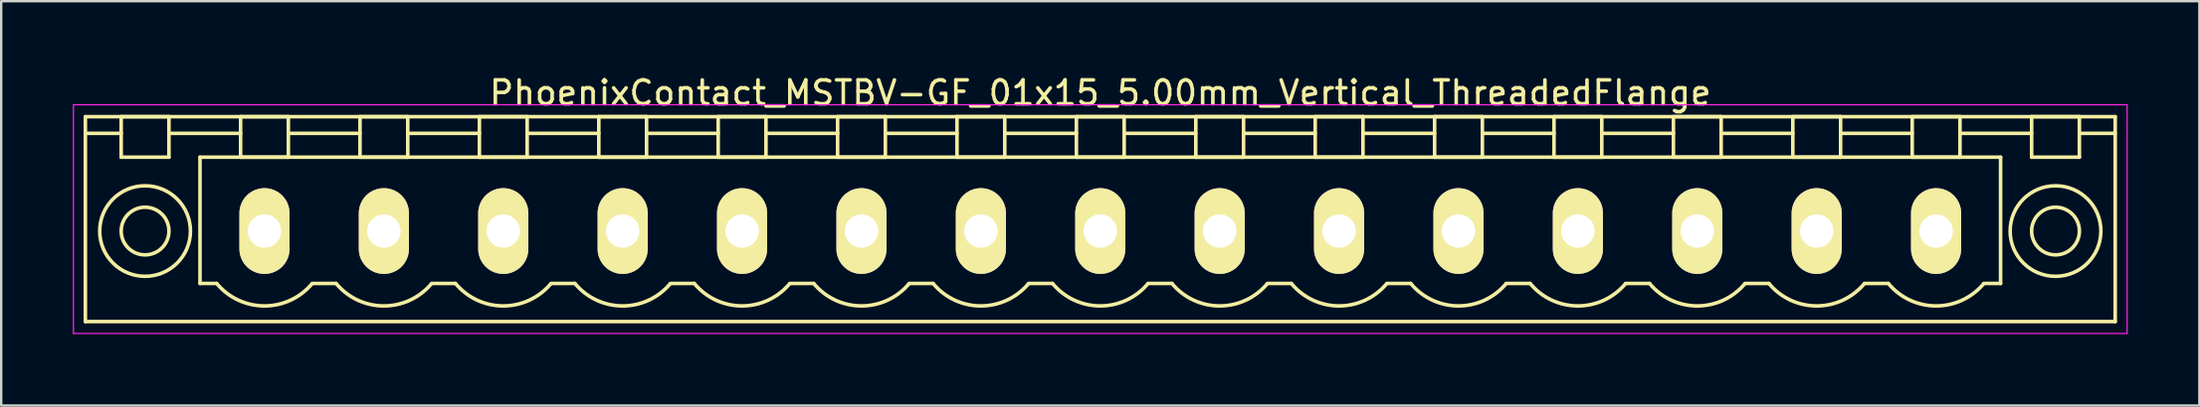
<source format=kicad_pcb>
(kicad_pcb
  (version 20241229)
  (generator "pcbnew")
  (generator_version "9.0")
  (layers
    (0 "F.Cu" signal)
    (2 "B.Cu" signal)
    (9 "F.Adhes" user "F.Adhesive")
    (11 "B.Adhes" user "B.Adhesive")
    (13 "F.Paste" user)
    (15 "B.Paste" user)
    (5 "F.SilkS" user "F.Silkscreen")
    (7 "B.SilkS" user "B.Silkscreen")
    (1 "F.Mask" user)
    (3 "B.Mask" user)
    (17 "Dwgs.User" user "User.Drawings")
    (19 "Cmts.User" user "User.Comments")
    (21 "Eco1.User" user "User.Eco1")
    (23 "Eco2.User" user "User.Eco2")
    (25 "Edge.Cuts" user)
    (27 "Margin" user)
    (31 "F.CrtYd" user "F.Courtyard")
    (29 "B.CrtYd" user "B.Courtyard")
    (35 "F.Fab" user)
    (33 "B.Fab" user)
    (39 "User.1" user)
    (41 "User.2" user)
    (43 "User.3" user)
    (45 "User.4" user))
  (footprint "PhoenixContact_MSTBV-GF_01x15_5.00mm_Vertical_ThreadedFlange"
    (layer "F.Cu")
    (at 8.025 6.648)
    (property "Reference" "PhoenixContact_MSTBV-GF_01x15_5.00mm_Vertical_ThreadedFlange" (at 35 -5.8 0) (layer "F.SilkS") (effects (font (size 1 1) (thickness 0.15))))
    (attr through_hole)
    (fp_line (start -7.5 -4.8) (end -7.5 3.8) (stroke (width 0.15) (type solid)) (layer "F.SilkS"))
    (fp_line (start -7.5 -4.1) (end -6 -4.1) (stroke (width 0.15) (type solid)) (layer "F.SilkS"))
    (fp_line (start -7.5 3.8) (end 77.5 3.8) (stroke (width 0.15) (type solid)) (layer "F.SilkS"))
    (fp_line (start -6 -4.8) (end -4 -4.8) (stroke (width 0.15) (type solid)) (layer "F.SilkS"))
    (fp_line (start -6 -3.1) (end -6 -4.8) (stroke (width 0.15) (type solid)) (layer "F.SilkS"))
    (fp_line (start -4 -4.8) (end -4 -3.1) (stroke (width 0.15) (type solid)) (layer "F.SilkS"))
    (fp_line (start -4 -4.1) (end -1 -4.1) (stroke (width 0.15) (type solid)) (layer "F.SilkS"))
    (fp_line (start -4 -3.1) (end -6 -3.1) (stroke (width 0.15) (type solid)) (layer "F.SilkS"))
    (fp_line (start -2.7 -3.1) (end 72.7 -3.1) (stroke (width 0.15) (type solid)) (layer "F.SilkS"))
    (fp_line (start -2.7 2.2) (end -2.7 -3.1) (stroke (width 0.15) (type solid)) (layer "F.SilkS"))
    (fp_line (start -2 2.2) (end -2.7 2.2) (stroke (width 0.15) (type solid)) (layer "F.SilkS"))
    (fp_line (start -1 -4.8) (end 1 -4.8) (stroke (width 0.15) (type solid)) (layer "F.SilkS"))
    (fp_line (start -1 -3.1) (end -1 -4.8) (stroke (width 0.15) (type solid)) (layer "F.SilkS"))
    (fp_line (start 1 -4.8) (end 1 -3.1) (stroke (width 0.15) (type solid)) (layer "F.SilkS"))
    (fp_line (start 1 -4.1) (end 4 -4.1) (stroke (width 0.15) (type solid)) (layer "F.SilkS"))
    (fp_line (start 1 -3.1) (end -1 -3.1) (stroke (width 0.15) (type solid)) (layer "F.SilkS"))
    (fp_line (start 2 2.2) (end 3 2.2) (stroke (width 0.15) (type solid)) (layer "F.SilkS"))
    (fp_line (start 4 -4.8) (end 6 -4.8) (stroke (width 0.15) (type solid)) (layer "F.SilkS"))
    (fp_line (start 4 -3.1) (end 4 -4.8) (stroke (width 0.15) (type solid)) (layer "F.SilkS"))
    (fp_line (start 6 -4.8) (end 6 -3.1) (stroke (width 0.15) (type solid)) (layer "F.SilkS"))
    (fp_line (start 6 -4.1) (end 9 -4.1) (stroke (width 0.15) (type solid)) (layer "F.SilkS"))
    (fp_line (start 6 -3.1) (end 4 -3.1) (stroke (width 0.15) (type solid)) (layer "F.SilkS"))
    (fp_line (start 7 2.2) (end 8 2.2) (stroke (width 0.15) (type solid)) (layer "F.SilkS"))
    (fp_line (start 9 -4.8) (end 11 -4.8) (stroke (width 0.15) (type solid)) (layer "F.SilkS"))
    (fp_line (start 9 -3.1) (end 9 -4.8) (stroke (width 0.15) (type solid)) (layer "F.SilkS"))
    (fp_line (start 11 -4.8) (end 11 -3.1) (stroke (width 0.15) (type solid)) (layer "F.SilkS"))
    (fp_line (start 11 -4.1) (end 14 -4.1) (stroke (width 0.15) (type solid)) (layer "F.SilkS"))
    (fp_line (start 11 -3.1) (end 9 -3.1) (stroke (width 0.15) (type solid)) (layer "F.SilkS"))
    (fp_line (start 12 2.2) (end 13 2.2) (stroke (width 0.15) (type solid)) (layer "F.SilkS"))
    (fp_line (start 14 -4.8) (end 16 -4.8) (stroke (width 0.15) (type solid)) (layer "F.SilkS"))
    (fp_line (start 14 -3.1) (end 14 -4.8) (stroke (width 0.15) (type solid)) (layer "F.SilkS"))
    (fp_line (start 16 -4.8) (end 16 -3.1) (stroke (width 0.15) (type solid)) (layer "F.SilkS"))
    (fp_line (start 16 -4.1) (end 19 -4.1) (stroke (width 0.15) (type solid)) (layer "F.SilkS"))
    (fp_line (start 16 -3.1) (end 14 -3.1) (stroke (width 0.15) (type solid)) (layer "F.SilkS"))
    (fp_line (start 17 2.2) (end 18 2.2) (stroke (width 0.15) (type solid)) (layer "F.SilkS"))
    (fp_line (start 19 -4.8) (end 21 -4.8) (stroke (width 0.15) (type solid)) (layer "F.SilkS"))
    (fp_line (start 19 -3.1) (end 19 -4.8) (stroke (width 0.15) (type solid)) (layer "F.SilkS"))
    (fp_line (start 21 -4.8) (end 21 -3.1) (stroke (width 0.15) (type solid)) (layer "F.SilkS"))
    (fp_line (start 21 -4.1) (end 24 -4.1) (stroke (width 0.15) (type solid)) (layer "F.SilkS"))
    (fp_line (start 21 -3.1) (end 19 -3.1) (stroke (width 0.15) (type solid)) (layer "F.SilkS"))
    (fp_line (start 22 2.2) (end 23 2.2) (stroke (width 0.15) (type solid)) (layer "F.SilkS"))
    (fp_line (start 24 -4.8) (end 26 -4.8) (stroke (width 0.15) (type solid)) (layer "F.SilkS"))
    (fp_line (start 24 -3.1) (end 24 -4.8) (stroke (width 0.15) (type solid)) (layer "F.SilkS"))
    (fp_line (start 26 -4.8) (end 26 -3.1) (stroke (width 0.15) (type solid)) (layer "F.SilkS"))
    (fp_line (start 26 -4.1) (end 29 -4.1) (stroke (width 0.15) (type solid)) (layer "F.SilkS"))
    (fp_line (start 26 -3.1) (end 24 -3.1) (stroke (width 0.15) (type solid)) (layer "F.SilkS"))
    (fp_line (start 27 2.2) (end 28 2.2) (stroke (width 0.15) (type solid)) (layer "F.SilkS"))
    (fp_line (start 29 -4.8) (end 31 -4.8) (stroke (width 0.15) (type solid)) (layer "F.SilkS"))
    (fp_line (start 29 -3.1) (end 29 -4.8) (stroke (width 0.15) (type solid)) (layer "F.SilkS"))
    (fp_line (start 31 -4.8) (end 31 -3.1) (stroke (width 0.15) (type solid)) (layer "F.SilkS"))
    (fp_line (start 31 -4.1) (end 34 -4.1) (stroke (width 0.15) (type solid)) (layer "F.SilkS"))
    (fp_line (start 31 -3.1) (end 29 -3.1) (stroke (width 0.15) (type solid)) (layer "F.SilkS"))
    (fp_line (start 32 2.2) (end 33 2.2) (stroke (width 0.15) (type solid)) (layer "F.SilkS"))
    (fp_line (start 34 -4.8) (end 36 -4.8) (stroke (width 0.15) (type solid)) (layer "F.SilkS"))
    (fp_line (start 34 -3.1) (end 34 -4.8) (stroke (width 0.15) (type solid)) (layer "F.SilkS"))
    (fp_line (start 36 -4.8) (end 36 -3.1) (stroke (width 0.15) (type solid)) (layer "F.SilkS"))
    (fp_line (start 36 -4.1) (end 39 -4.1) (stroke (width 0.15) (type solid)) (layer "F.SilkS"))
    (fp_line (start 36 -3.1) (end 34 -3.1) (stroke (width 0.15) (type solid)) (layer "F.SilkS"))
    (fp_line (start 37 2.2) (end 38 2.2) (stroke (width 0.15) (type solid)) (layer "F.SilkS"))
    (fp_line (start 39 -4.8) (end 41 -4.8) (stroke (width 0.15) (type solid)) (layer "F.SilkS"))
    (fp_line (start 39 -3.1) (end 39 -4.8) (stroke (width 0.15) (type solid)) (layer "F.SilkS"))
    (fp_line (start 41 -4.8) (end 41 -3.1) (stroke (width 0.15) (type solid)) (layer "F.SilkS"))
    (fp_line (start 41 -4.1) (end 44 -4.1) (stroke (width 0.15) (type solid)) (layer "F.SilkS"))
    (fp_line (start 41 -3.1) (end 39 -3.1) (stroke (width 0.15) (type solid)) (layer "F.SilkS"))
    (fp_line (start 42 2.2) (end 43 2.2) (stroke (width 0.15) (type solid)) (layer "F.SilkS"))
    (fp_line (start 44 -4.8) (end 46 -4.8) (stroke (width 0.15) (type solid)) (layer "F.SilkS"))
    (fp_line (start 44 -3.1) (end 44 -4.8) (stroke (width 0.15) (type solid)) (layer "F.SilkS"))
    (fp_line (start 46 -4.8) (end 46 -3.1) (stroke (width 0.15) (type solid)) (layer "F.SilkS"))
    (fp_line (start 46 -4.1) (end 49 -4.1) (stroke (width 0.15) (type solid)) (layer "F.SilkS"))
    (fp_line (start 46 -3.1) (end 44 -3.1) (stroke (width 0.15) (type solid)) (layer "F.SilkS"))
    (fp_line (start 47 2.2) (end 48 2.2) (stroke (width 0.15) (type solid)) (layer "F.SilkS"))
    (fp_line (start 49 -4.8) (end 51 -4.8) (stroke (width 0.15) (type solid)) (layer "F.SilkS"))
    (fp_line (start 49 -3.1) (end 49 -4.8) (stroke (width 0.15) (type solid)) (layer "F.SilkS"))
    (fp_line (start 51 -4.8) (end 51 -3.1) (stroke (width 0.15) (type solid)) (layer "F.SilkS"))
    (fp_line (start 51 -4.1) (end 54 -4.1) (stroke (width 0.15) (type solid)) (layer "F.SilkS"))
    (fp_line (start 51 -3.1) (end 49 -3.1) (stroke (width 0.15) (type solid)) (layer "F.SilkS"))
    (fp_line (start 52 2.2) (end 53 2.2) (stroke (width 0.15) (type solid)) (layer "F.SilkS"))
    (fp_line (start 54 -4.8) (end 56 -4.8) (stroke (width 0.15) (type solid)) (layer "F.SilkS"))
    (fp_line (start 54 -3.1) (end 54 -4.8) (stroke (width 0.15) (type solid)) (layer "F.SilkS"))
    (fp_line (start 56 -4.8) (end 56 -3.1) (stroke (width 0.15) (type solid)) (layer "F.SilkS"))
    (fp_line (start 56 -4.1) (end 59 -4.1) (stroke (width 0.15) (type solid)) (layer "F.SilkS"))
    (fp_line (start 56 -3.1) (end 54 -3.1) (stroke (width 0.15) (type solid)) (layer "F.SilkS"))
    (fp_line (start 57 2.2) (end 58 2.2) (stroke (width 0.15) (type solid)) (layer "F.SilkS"))
    (fp_line (start 59 -4.8) (end 61 -4.8) (stroke (width 0.15) (type solid)) (layer "F.SilkS"))
    (fp_line (start 59 -3.1) (end 59 -4.8) (stroke (width 0.15) (type solid)) (layer "F.SilkS"))
    (fp_line (start 61 -4.8) (end 61 -3.1) (stroke (width 0.15) (type solid)) (layer "F.SilkS"))
    (fp_line (start 61 -4.1) (end 64 -4.1) (stroke (width 0.15) (type solid)) (layer "F.SilkS"))
    (fp_line (start 61 -3.1) (end 59 -3.1) (stroke (width 0.15) (type solid)) (layer "F.SilkS"))
    (fp_line (start 62 2.2) (end 63 2.2) (stroke (width 0.15) (type solid)) (layer "F.SilkS"))
    (fp_line (start 64 -4.8) (end 66 -4.8) (stroke (width 0.15) (type solid)) (layer "F.SilkS"))
    (fp_line (start 64 -3.1) (end 64 -4.8) (stroke (width 0.15) (type solid)) (layer "F.SilkS"))
    (fp_line (start 66 -4.8) (end 66 -3.1) (stroke (width 0.15) (type solid)) (layer "F.SilkS"))
    (fp_line (start 66 -4.1) (end 69 -4.1) (stroke (width 0.15) (type solid)) (layer "F.SilkS"))
    (fp_line (start 66 -3.1) (end 64 -3.1) (stroke (width 0.15) (type solid)) (layer "F.SilkS"))
    (fp_line (start 67 2.2) (end 68 2.2) (stroke (width 0.15) (type solid)) (layer "F.SilkS"))
    (fp_line (start 69 -4.8) (end 71 -4.8) (stroke (width 0.15) (type solid)) (layer "F.SilkS"))
    (fp_line (start 69 -3.1) (end 69 -4.8) (stroke (width 0.15) (type solid)) (layer "F.SilkS"))
    (fp_line (start 71 -4.8) (end 71 -3.1) (stroke (width 0.15) (type solid)) (layer "F.SilkS"))
    (fp_line (start 71 -4.1) (end 74 -4.1) (stroke (width 0.15) (type solid)) (layer "F.SilkS"))
    (fp_line (start 71 -3.1) (end 69 -3.1) (stroke (width 0.15) (type solid)) (layer "F.SilkS"))
    (fp_line (start 72.7 -3.1) (end 72.7 2.2) (stroke (width 0.15) (type solid)) (layer "F.SilkS"))
    (fp_line (start 72.7 2.2) (end 72 2.2) (stroke (width 0.15) (type solid)) (layer "F.SilkS"))
    (fp_line (start 74 -4.8) (end 76 -4.8) (stroke (width 0.15) (type solid)) (layer "F.SilkS"))
    (fp_line (start 74 -3.1) (end 74 -4.8) (stroke (width 0.15) (type solid)) (layer "F.SilkS"))
    (fp_line (start 76 -4.8) (end 76 -3.1) (stroke (width 0.15) (type solid)) (layer "F.SilkS"))
    (fp_line (start 76 -3.1) (end 74 -3.1) (stroke (width 0.15) (type solid)) (layer "F.SilkS"))
    (fp_line (start 77.5 -4.8) (end -7.5 -4.8) (stroke (width 0.15) (type solid)) (layer "F.SilkS"))
    (fp_line (start 77.5 -4.1) (end 76 -4.1) (stroke (width 0.15) (type solid)) (layer "F.SilkS"))
    (fp_line (start 77.5 3.8) (end 77.5 -4.8) (stroke (width 0.15) (type solid)) (layer "F.SilkS"))
    (fp_arc (start 1.986842 2.215821) (mid -0.010289 3.142758) (end -2 2.2) (stroke (width 0.15) (type solid)) (layer "F.SilkS"))
    (fp_arc (start 6.986842 2.215821) (mid 4.989711 3.142758) (end 3 2.2) (stroke (width 0.15) (type solid)) (layer "F.SilkS"))
    (fp_arc (start 11.986842 2.215821) (mid 9.989711 3.142758) (end 8 2.2) (stroke (width 0.15) (type solid)) (layer "F.SilkS"))
    (fp_arc (start 16.986842 2.215821) (mid 14.989711 3.142758) (end 13 2.2) (stroke (width 0.15) (type solid)) (layer "F.SilkS"))
    (fp_arc (start 21.986842 2.215821) (mid 19.989711 3.142758) (end 18 2.2) (stroke (width 0.15) (type solid)) (layer "F.SilkS"))
    (fp_arc (start 26.986842 2.215821) (mid 24.989711 3.142758) (end 23 2.2) (stroke (width 0.15) (type solid)) (layer "F.SilkS"))
    (fp_arc (start 31.986842 2.215821) (mid 29.989711 3.142758) (end 28 2.2) (stroke (width 0.15) (type solid)) (layer "F.SilkS"))
    (fp_arc (start 36.986842 2.215821) (mid 34.989711 3.142758) (end 33 2.2) (stroke (width 0.15) (type solid)) (layer "F.SilkS"))
    (fp_arc (start 41.986842 2.215821) (mid 39.989711 3.142758) (end 38 2.2) (stroke (width 0.15) (type solid)) (layer "F.SilkS"))
    (fp_arc (start 46.986842 2.215821) (mid 44.989711 3.142758) (end 43 2.2) (stroke (width 0.15) (type solid)) (layer "F.SilkS"))
    (fp_arc (start 51.986842 2.215821) (mid 49.989711 3.142758) (end 48 2.2) (stroke (width 0.15) (type solid)) (layer "F.SilkS"))
    (fp_arc (start 56.986842 2.215821) (mid 54.989711 3.142758) (end 53 2.2) (stroke (width 0.15) (type solid)) (layer "F.SilkS"))
    (fp_arc (start 61.986842 2.215821) (mid 59.989711 3.142758) (end 58 2.2) (stroke (width 0.15) (type solid)) (layer "F.SilkS"))
    (fp_arc (start 66.986842 2.215821) (mid 64.989711 3.142758) (end 63 2.2) (stroke (width 0.15) (type solid)) (layer "F.SilkS"))
    (fp_arc (start 71.986842 2.215821) (mid 69.989711 3.142758) (end 68 2.2) (stroke (width 0.15) (type solid)) (layer "F.SilkS"))
    (fp_circle (center -5 0) (end -4 0) (stroke (width 0.15) (type solid)) (fill no) (layer "F.SilkS"))
    (fp_circle (center -5 0) (end -3.1 0) (stroke (width 0.15) (type solid)) (fill no) (layer "F.SilkS"))
    (fp_circle (center 75 0) (end 76 0) (stroke (width 0.15) (type solid)) (fill no) (layer "F.SilkS"))
    (fp_circle (center 75 0) (end 76.9 0) (stroke (width 0.15) (type solid)) (fill no) (layer "F.SilkS"))
    (fp_line (start -8 -5.3) (end -8 4.3) (stroke (width 0.05) (type solid)) (layer "F.CrtYd"))
    (fp_line (start -8 4.3) (end 78 4.3) (stroke (width 0.05) (type solid)) (layer "F.CrtYd"))
    (fp_line (start 78 -5.3) (end -8 -5.3) (stroke (width 0.05) (type solid)) (layer "F.CrtYd"))
    (fp_line (start 78 4.3) (end 78 -5.3) (stroke (width 0.05) (type solid)) (layer "F.CrtYd"))
    (pad "1" thru_hole oval (at 0 0) (size 2.1 3.6) (drill 1.4) (layers "*.Cu" "*.Mask" "F.SilkS"))
    (pad "2" thru_hole oval (at 5 0) (size 2.1 3.6) (drill 1.4) (layers "*.Cu" "*.Mask" "F.SilkS"))
    (pad "3" thru_hole oval (at 10 0) (size 2.1 3.6) (drill 1.4) (layers "*.Cu" "*.Mask" "F.SilkS"))
    (pad "4" thru_hole oval (at 15 0) (size 2.1 3.6) (drill 1.4) (layers "*.Cu" "*.Mask" "F.SilkS"))
    (pad "5" thru_hole oval (at 20 0) (size 2.1 3.6) (drill 1.4) (layers "*.Cu" "*.Mask" "F.SilkS"))
    (pad "6" thru_hole oval (at 25 0) (size 2.1 3.6) (drill 1.4) (layers "*.Cu" "*.Mask" "F.SilkS"))
    (pad "7" thru_hole oval (at 30 0) (size 2.1 3.6) (drill 1.4) (layers "*.Cu" "*.Mask" "F.SilkS"))
    (pad "8" thru_hole oval (at 35 0) (size 2.1 3.6) (drill 1.4) (layers "*.Cu" "*.Mask" "F.SilkS"))
    (pad "9" thru_hole oval (at 40 0) (size 2.1 3.6) (drill 1.4) (layers "*.Cu" "*.Mask" "F.SilkS"))
    (pad "10" thru_hole oval (at 45 0) (size 2.1 3.6) (drill 1.4) (layers "*.Cu" "*.Mask" "F.SilkS"))
    (pad "11" thru_hole oval (at 50 0) (size 2.1 3.6) (drill 1.4) (layers "*.Cu" "*.Mask" "F.SilkS"))
    (pad "12" thru_hole oval (at 55 0) (size 2.1 3.6) (drill 1.4) (layers "*.Cu" "*.Mask" "F.SilkS"))
    (pad "13" thru_hole oval (at 60 0) (size 2.1 3.6) (drill 1.4) (layers "*.Cu" "*.Mask" "F.SilkS"))
    (pad "14" thru_hole oval (at 65 0) (size 2.1 3.6) (drill 1.4) (layers "*.Cu" "*.Mask" "F.SilkS"))
    (pad "15" thru_hole oval (at 70 0) (size 2.1 3.6) (drill 1.4) (layers "*.Cu" "*.Mask" "F.SilkS")))
  (gr_rect
    (start -3 -3)
    (end 89.05 13.973)
    (stroke (width 0.1) (type default))
    (fill no)
    (layer "Edge.Cuts")))
</source>
